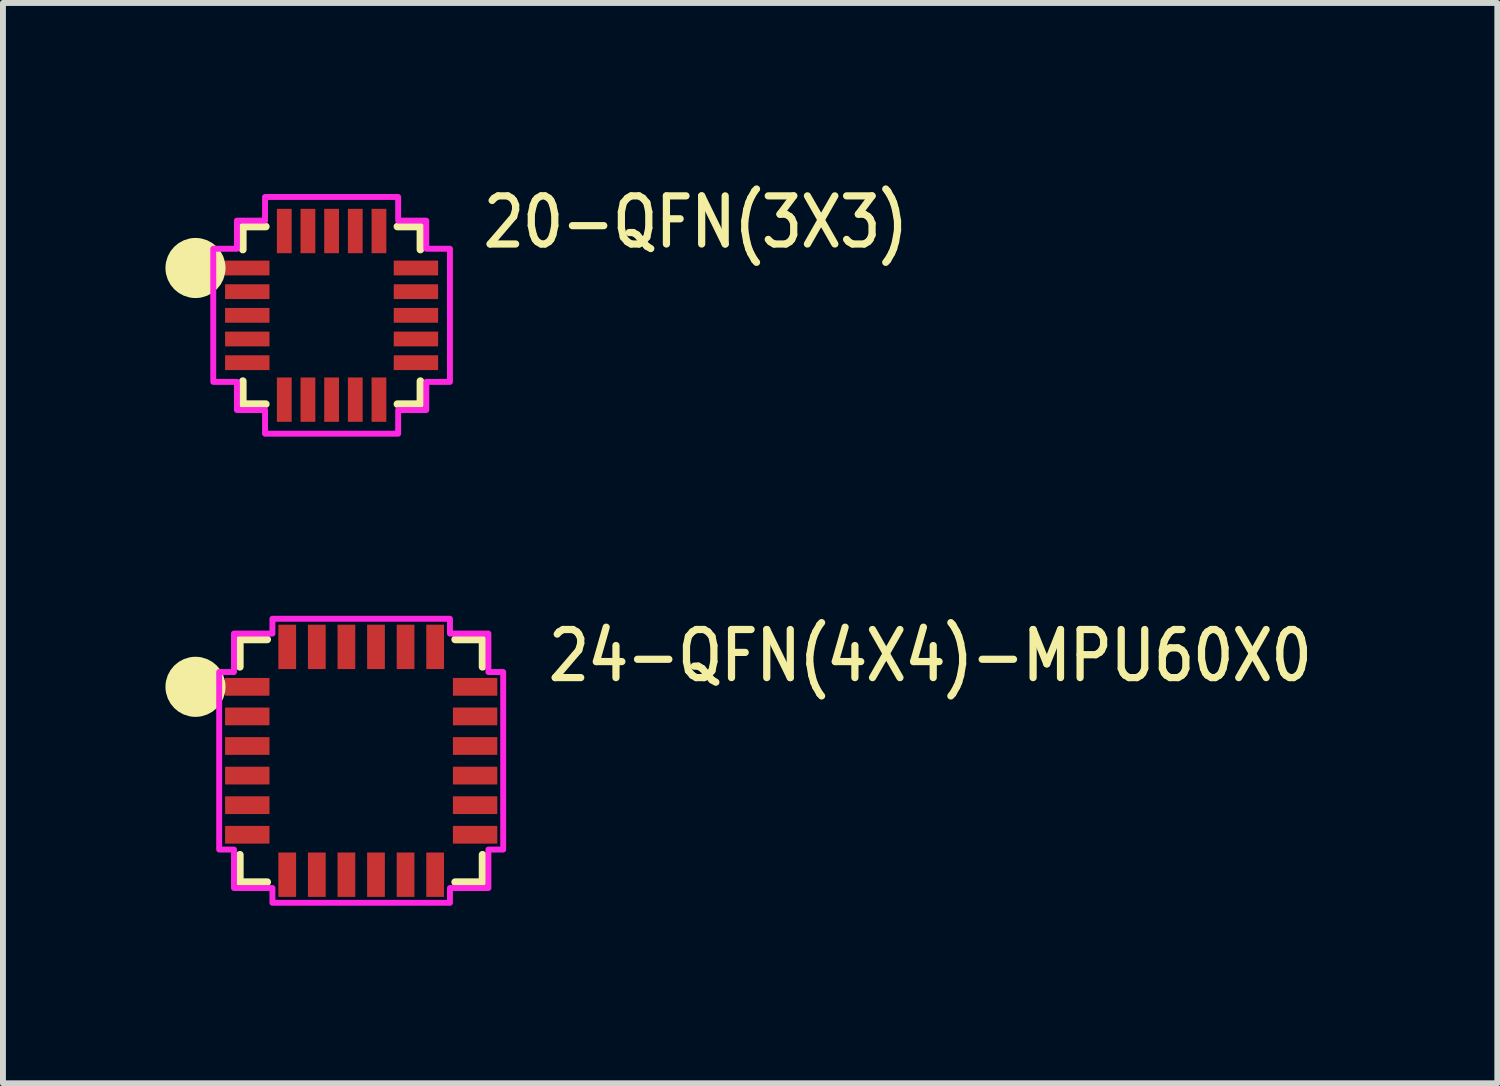
<source format=kicad_pcb>
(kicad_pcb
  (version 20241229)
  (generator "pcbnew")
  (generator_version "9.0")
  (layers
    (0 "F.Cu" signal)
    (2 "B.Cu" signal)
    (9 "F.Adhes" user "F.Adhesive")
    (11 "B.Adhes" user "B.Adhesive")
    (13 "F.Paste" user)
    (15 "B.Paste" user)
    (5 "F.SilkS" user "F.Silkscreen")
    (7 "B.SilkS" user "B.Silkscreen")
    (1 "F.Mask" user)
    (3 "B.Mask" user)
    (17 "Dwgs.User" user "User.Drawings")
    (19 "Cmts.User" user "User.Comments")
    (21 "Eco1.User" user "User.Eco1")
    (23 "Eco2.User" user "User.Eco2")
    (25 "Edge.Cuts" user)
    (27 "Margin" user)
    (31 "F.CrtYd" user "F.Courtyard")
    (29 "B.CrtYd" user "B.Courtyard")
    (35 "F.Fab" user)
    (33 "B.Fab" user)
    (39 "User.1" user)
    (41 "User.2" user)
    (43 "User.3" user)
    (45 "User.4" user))
  (footprint "20-QFN(3X3)"
    (layer "F.Cu")
    (at 2.554 2.279)
    (property "Reference" "20-QFN(3X3)" (at 2.5 -1.1 0) (unlocked yes) (layer "F.SilkS") (effects (font (size 0.813 0.695) (thickness 0.122)) (justify left bottom)))
    (fp_line (start -1.5 -1.5) (end -1.5 -1.111) (stroke (width 0.127) (type solid)) (layer "F.SilkS"))
    (fp_line (start -1.5 -1.5) (end -1.111 -1.5) (stroke (width 0.127) (type solid)) (layer "F.SilkS"))
    (fp_line (start -1.5 1.5) (end -1.5 1.111) (stroke (width 0.127) (type solid)) (layer "F.SilkS"))
    (fp_line (start -1.111 1.5) (end -1.5 1.5) (stroke (width 0.127) (type solid)) (layer "F.SilkS"))
    (fp_line (start 1.111 -1.5) (end 1.5 -1.5) (stroke (width 0.127) (type solid)) (layer "F.SilkS"))
    (fp_line (start 1.5 -1.5) (end 1.5 -1.111) (stroke (width 0.127) (type solid)) (layer "F.SilkS"))
    (fp_line (start 1.5 1.111) (end 1.5 1.5) (stroke (width 0.127) (type solid)) (layer "F.SilkS"))
    (fp_line (start 1.5 1.5) (end 1.111 1.5) (stroke (width 0.127) (type solid)) (layer "F.SilkS"))
    (fp_circle (center -2.3 -0.8) (end -2.3 -0.8) (stroke (width 0.508) (type solid)) (fill no) (layer "F.SilkS"))
    (fp_poly (pts (xy -2 -1.125) (xy -1.6 -1.125) (xy -1.6 -1.6) (xy -1.125 -1.6) (xy -1.125 -2) (xy 1.125 -2) (xy 1.125 -1.6) (xy 1.6 -1.6) (xy 1.6 -1.125) (xy 2 -1.125) (xy 2 1.125) (xy 1.6 1.125) (xy 1.6 1.6) (xy 1.125 1.6) (xy 1.125 2) (xy -1.125 2) (xy -1.125 1.6) (xy -1.6 1.6) (xy -1.6 1.125) (xy -2 1.125)) (stroke (width 0.1) (type solid)) (fill no) (layer "F.CrtYd"))
    (pad "1" smd rect (at -1.425 -0.8) (size 0.75 0.25) (layers "F.Cu" "F.Mask" "F.Paste"))
    (pad "2" smd rect (at -1.425 -0.4) (size 0.75 0.25) (layers "F.Cu" "F.Mask" "F.Paste"))
    (pad "3" smd rect (at -1.425 0) (size 0.75 0.25) (layers "F.Cu" "F.Mask" "F.Paste"))
    (pad "4" smd rect (at -1.425 0.4) (size 0.75 0.25) (layers "F.Cu" "F.Mask" "F.Paste"))
    (pad "5" smd rect (at -1.425 0.8) (size 0.75 0.25) (layers "F.Cu" "F.Mask" "F.Paste"))
    (pad "6" smd rect (at -0.8 1.425) (size 0.25 0.75) (layers "F.Cu" "F.Mask" "F.Paste"))
    (pad "7" smd rect (at -0.4 1.425) (size 0.25 0.75) (layers "F.Cu" "F.Mask" "F.Paste"))
    (pad "8" smd rect (at 0 1.425) (size 0.25 0.75) (layers "F.Cu" "F.Mask" "F.Paste"))
    (pad "9" smd rect (at 0.4 1.425) (size 0.25 0.75) (layers "F.Cu" "F.Mask" "F.Paste"))
    (pad "10" smd rect (at 0.8 1.425) (size 0.25 0.75) (layers "F.Cu" "F.Mask" "F.Paste"))
    (pad "11" smd rect (at 1.425 0.8) (size 0.75 0.25) (layers "F.Cu" "F.Mask" "F.Paste"))
    (pad "12" smd rect (at 1.425 0.4) (size 0.75 0.25) (layers "F.Cu" "F.Mask" "F.Paste"))
    (pad "13" smd rect (at 1.425 0) (size 0.75 0.25) (layers "F.Cu" "F.Mask" "F.Paste"))
    (pad "14" smd rect (at 1.425 -0.4) (size 0.75 0.25) (layers "F.Cu" "F.Mask" "F.Paste"))
    (pad "15" smd rect (at 1.425 -0.8) (size 0.75 0.25) (layers "F.Cu" "F.Mask" "F.Paste"))
    (pad "16" smd rect (at 0.8 -1.425) (size 0.25 0.75) (layers "F.Cu" "F.Mask" "F.Paste"))
    (pad "17" smd rect (at 0.4 -1.425) (size 0.25 0.75) (layers "F.Cu" "F.Mask" "F.Paste"))
    (pad "18" smd rect (at 0 -1.425) (size 0.25 0.75) (layers "F.Cu" "F.Mask" "F.Paste"))
    (pad "19" smd rect (at -0.4 -1.425) (size 0.25 0.75) (layers "F.Cu" "F.Mask" "F.Paste"))
    (pad "20" smd rect (at -0.8 -1.425) (size 0.25 0.75) (layers "F.Cu" "F.Mask" "F.Paste")))
  (footprint "24-QFN(4X4)-MPU60X0"
    (layer "F.Cu")
    (at 3.054 9.807)
    (property "Reference" "24-QFN(4X4)-MPU60X0" (at 3.1 -1.3 0) (unlocked yes) (layer "F.SilkS") (effects (font (size 0.813 0.695) (thickness 0.122)) (justify left bottom)))
    (fp_poly (pts (xy -1.45 -1.5) (xy 1.45 -1.5) (xy 1.45 1.5) (xy -1.45 1.5)) (stroke (width 0) (type solid)) (fill yes) (layer "F.Mask"))
    (fp_line (start -2.05 -2.05) (end -2.05 -1.587) (stroke (width 0.127) (type solid)) (layer "F.SilkS"))
    (fp_line (start -2.05 1.587) (end -2.05 2.05) (stroke (width 0.127) (type solid)) (layer "F.SilkS"))
    (fp_line (start -2.05 2.05) (end -1.587 2.05) (stroke (width 0.127) (type solid)) (layer "F.SilkS"))
    (fp_line (start -1.587 -2.05) (end -2.05 -2.05) (stroke (width 0.127) (type solid)) (layer "F.SilkS"))
    (fp_line (start 1.587 2.05) (end 2.05 2.05) (stroke (width 0.127) (type solid)) (layer "F.SilkS"))
    (fp_line (start 2.05 -2.05) (end 1.587 -2.05) (stroke (width 0.127) (type solid)) (layer "F.SilkS"))
    (fp_line (start 2.05 -1.587) (end 2.05 -2.05) (stroke (width 0.127) (type solid)) (layer "F.SilkS"))
    (fp_line (start 2.05 2.05) (end 2.05 1.587) (stroke (width 0.127) (type solid)) (layer "F.SilkS"))
    (fp_circle (center -2.8 -1.25) (end -2.8 -1.25) (stroke (width 0.508) (type solid)) (fill no) (layer "F.SilkS"))
    (fp_poly (pts (xy -2.4 -1.5) (xy -2.15 -1.5) (xy -2.15 -2.15) (xy -1.5 -2.15) (xy -1.5 -2.4) (xy 1.5 -2.4) (xy 1.5 -2.15) (xy 2.15 -2.15) (xy 2.15 -1.5) (xy 2.4 -1.5) (xy 2.4 1.5) (xy 2.15 1.5) (xy 2.15 2.15) (xy 1.5 2.15) (xy 1.5 2.4) (xy -1.5 2.4) (xy -1.5 2.15) (xy -2.15 2.15) (xy -2.15 1.5) (xy -2.4 1.5)) (stroke (width 0.1) (type solid)) (fill no) (layer "F.CrtYd"))
    (pad "1" smd rect (at -1.925 -1.25) (size 0.75 0.3) (layers "F.Cu" "F.Mask" "F.Paste"))
    (pad "2" smd rect (at -1.925 -0.75) (size 0.75 0.3) (layers "F.Cu" "F.Mask" "F.Paste"))
    (pad "3" smd rect (at -1.925 -0.25) (size 0.75 0.3) (layers "F.Cu" "F.Mask" "F.Paste"))
    (pad "4" smd rect (at -1.925 0.25) (size 0.75 0.3) (layers "F.Cu" "F.Mask" "F.Paste"))
    (pad "5" smd rect (at -1.925 0.75) (size 0.75 0.3) (layers "F.Cu" "F.Mask" "F.Paste"))
    (pad "6" smd rect (at -1.925 1.25) (size 0.75 0.3) (layers "F.Cu" "F.Mask" "F.Paste"))
    (pad "7" smd rect (at -1.25 1.925) (size 0.3 0.75) (layers "F.Cu" "F.Mask" "F.Paste"))
    (pad "8" smd rect (at -0.75 1.925) (size 0.3 0.75) (layers "F.Cu" "F.Mask" "F.Paste"))
    (pad "9" smd rect (at -0.25 1.925) (size 0.3 0.75) (layers "F.Cu" "F.Mask" "F.Paste"))
    (pad "10" smd rect (at 0.25 1.925) (size 0.3 0.75) (layers "F.Cu" "F.Mask" "F.Paste"))
    (pad "11" smd rect (at 0.75 1.925) (size 0.3 0.75) (layers "F.Cu" "F.Mask" "F.Paste"))
    (pad "12" smd rect (at 1.25 1.925) (size 0.3 0.75) (layers "F.Cu" "F.Mask" "F.Paste"))
    (pad "13" smd rect (at 1.925 1.25) (size 0.75 0.3) (layers "F.Cu" "F.Mask" "F.Paste"))
    (pad "14" smd rect (at 1.925 0.75) (size 0.75 0.3) (layers "F.Cu" "F.Mask" "F.Paste"))
    (pad "15" smd rect (at 1.925 0.25) (size 0.75 0.3) (layers "F.Cu" "F.Mask" "F.Paste"))
    (pad "16" smd rect (at 1.925 -0.25) (size 0.75 0.3) (layers "F.Cu" "F.Mask" "F.Paste"))
    (pad "17" smd rect (at 1.925 -0.75) (size 0.75 0.3) (layers "F.Cu" "F.Mask" "F.Paste"))
    (pad "18" smd rect (at 1.925 -1.25) (size 0.75 0.3) (layers "F.Cu" "F.Mask" "F.Paste"))
    (pad "19" smd rect (at 1.25 -1.925) (size 0.3 0.75) (layers "F.Cu" "F.Mask" "F.Paste"))
    (pad "20" smd rect (at 0.75 -1.925) (size 0.3 0.75) (layers "F.Cu" "F.Mask" "F.Paste"))
    (pad "21" smd rect (at 0.25 -1.925) (size 0.3 0.75) (layers "F.Cu" "F.Mask" "F.Paste"))
    (pad "22" smd rect (at -0.25 -1.925) (size 0.3 0.75) (layers "F.Cu" "F.Mask" "F.Paste"))
    (pad "23" smd rect (at -0.75 -1.925) (size 0.3 0.75) (layers "F.Cu" "F.Mask" "F.Paste"))
    (pad "24" smd rect (at -1.25 -1.925) (size 0.3 0.75) (layers "F.Cu" "F.Mask" "F.Paste")))
  (gr_rect
    (start -3 -3)
    (end 22.254 15.257)
    (stroke (width 0.1) (type default))
    (fill no)
    (layer "Edge.Cuts")))
</source>
